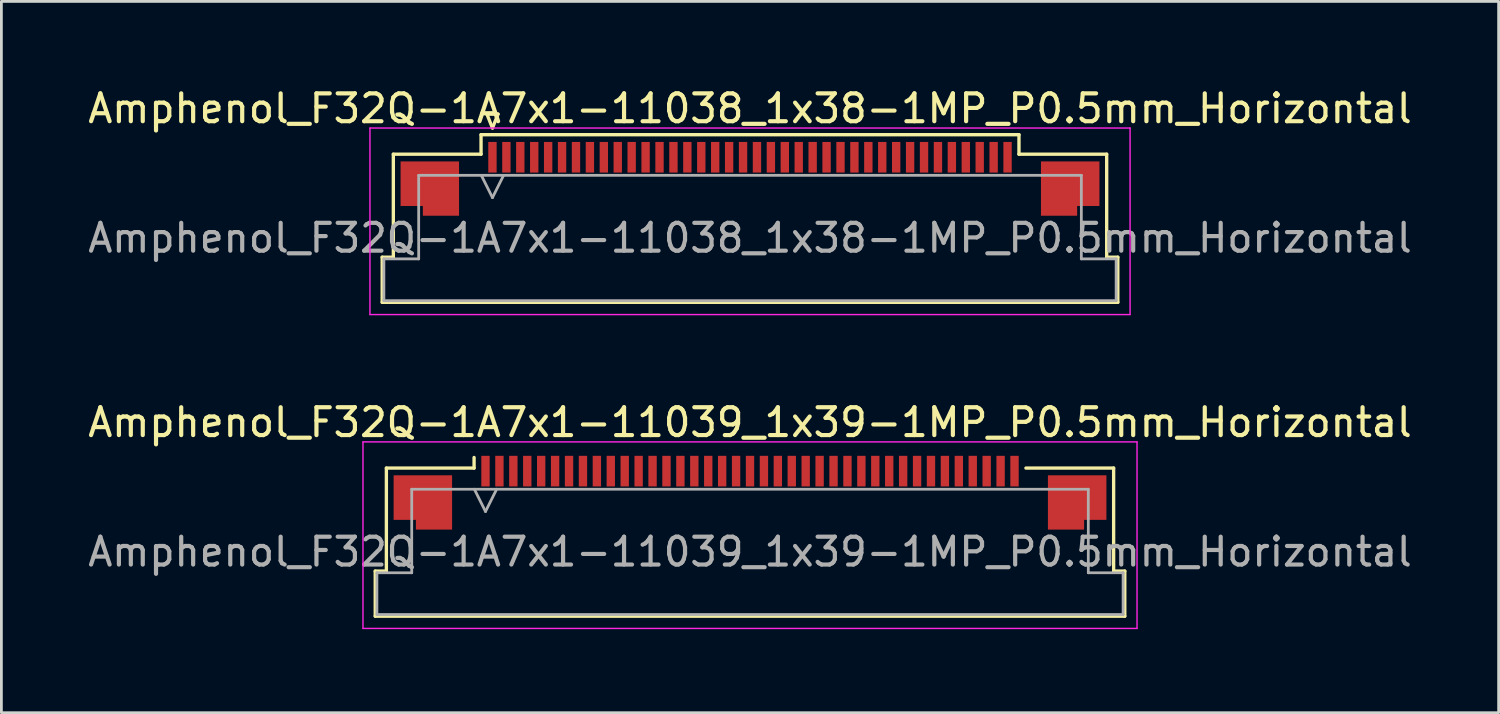
<source format=kicad_pcb>
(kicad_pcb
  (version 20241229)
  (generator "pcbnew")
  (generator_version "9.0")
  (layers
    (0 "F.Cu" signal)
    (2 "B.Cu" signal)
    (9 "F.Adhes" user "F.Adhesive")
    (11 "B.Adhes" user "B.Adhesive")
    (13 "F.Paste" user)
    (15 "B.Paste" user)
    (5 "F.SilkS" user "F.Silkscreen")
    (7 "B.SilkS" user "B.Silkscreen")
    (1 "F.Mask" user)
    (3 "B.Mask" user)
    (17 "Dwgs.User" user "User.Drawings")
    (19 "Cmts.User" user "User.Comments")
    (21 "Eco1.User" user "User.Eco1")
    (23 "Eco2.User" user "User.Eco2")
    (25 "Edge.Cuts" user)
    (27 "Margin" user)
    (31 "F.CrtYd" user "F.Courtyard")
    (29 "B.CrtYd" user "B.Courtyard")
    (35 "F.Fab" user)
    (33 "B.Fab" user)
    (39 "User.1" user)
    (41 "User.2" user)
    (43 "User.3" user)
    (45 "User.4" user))
  (footprint "Amphenol_F32Q-1A7x1-11039_1x39-1MP_P0.5mm_Horizontal"
    (layer "F.Cu")
    (at 23.887 16.771)
    (property "Reference" "Amphenol_F32Q-1A7x1-11039_1x39-1MP_P0.5mm_Horizontal" (at 0 -4.65 0) (layer "F.SilkS") (effects (font (size 1 1) (thickness 0.15))))
    (attr smd)
    (fp_line (start -13.46 0.69) (end -13.06 0.69) (stroke (width 0.12) (type solid)) (layer "F.SilkS"))
    (fp_line (start -13.46 2.31) (end -13.46 0.69) (stroke (width 0.12) (type solid)) (layer "F.SilkS"))
    (fp_line (start -13.06 -3.01) (end -9.91 -3.01) (stroke (width 0.12) (type solid)) (layer "F.SilkS"))
    (fp_line (start -13.06 0.69) (end -13.06 -3.01) (stroke (width 0.12) (type solid)) (layer "F.SilkS"))
    (fp_line (start -9.91 -3.01) (end -9.91 -3.39) (stroke (width 0.12) (type solid)) (layer "F.SilkS"))
    (fp_line (start 9.91 -3.01) (end 13.06 -3.01) (stroke (width 0.12) (type solid)) (layer "F.SilkS"))
    (fp_line (start 13.06 -3.01) (end 13.06 0.69) (stroke (width 0.12) (type solid)) (layer "F.SilkS"))
    (fp_line (start 13.06 0.69) (end 13.46 0.69) (stroke (width 0.12) (type solid)) (layer "F.SilkS"))
    (fp_line (start 13.46 0.69) (end 13.46 2.31) (stroke (width 0.12) (type solid)) (layer "F.SilkS"))
    (fp_line (start 13.46 2.31) (end -13.46 2.31) (stroke (width 0.12) (type solid)) (layer "F.SilkS"))
    (fp_line (start -13.9 -3.95) (end -13.9 2.75) (stroke (width 0.05) (type solid)) (layer "F.CrtYd"))
    (fp_line (start -13.9 2.75) (end 13.9 2.75) (stroke (width 0.05) (type solid)) (layer "F.CrtYd"))
    (fp_line (start 13.9 -3.95) (end -13.9 -3.95) (stroke (width 0.05) (type solid)) (layer "F.CrtYd"))
    (fp_line (start 13.9 2.75) (end 13.9 -3.95) (stroke (width 0.05) (type solid)) (layer "F.CrtYd"))
    (fp_line (start -13.4 0.75) (end -12.15 0.75) (stroke (width 0.1) (type solid)) (layer "F.Fab"))
    (fp_line (start -13.4 2.25) (end -13.4 0.75) (stroke (width 0.1) (type solid)) (layer "F.Fab"))
    (fp_line (start -12.15 -2.25) (end 12.15 -2.25) (stroke (width 0.1) (type solid)) (layer "F.Fab"))
    (fp_line (start -12.15 0.75) (end -12.15 -2.25) (stroke (width 0.1) (type solid)) (layer "F.Fab"))
    (fp_line (start -9.9 -2.25) (end -9.5 -1.45) (stroke (width 0.1) (type solid)) (layer "F.Fab"))
    (fp_line (start -9.5 -1.45) (end -9.1 -2.25) (stroke (width 0.1) (type solid)) (layer "F.Fab"))
    (fp_line (start 12.15 -2.25) (end 12.15 0.75) (stroke (width 0.1) (type solid)) (layer "F.Fab"))
    (fp_line (start 12.15 0.75) (end 13.4 0.75) (stroke (width 0.1) (type solid)) (layer "F.Fab"))
    (fp_line (start 13.4 0.75) (end 13.4 2.25) (stroke (width 0.1) (type solid)) (layer "F.Fab"))
    (fp_line (start 13.4 2.25) (end -13.4 2.25) (stroke (width 0.1) (type solid)) (layer "F.Fab"))
    (fp_text user "${REFERENCE}" (at 0 0 0) (layer "F.Fab") (effects (font (size 1 1) (thickness 0.15))))
    (pad "1" smd rect (at -9.5 -2.9) (size 0.3 1.1) (layers "F.Cu" "F.Mask" "F.Paste"))
    (pad "2" smd rect (at -9 -2.9) (size 0.3 1.1) (layers "F.Cu" "F.Mask" "F.Paste"))
    (pad "3" smd rect (at -8.5 -2.9) (size 0.3 1.1) (layers "F.Cu" "F.Mask" "F.Paste"))
    (pad "4" smd rect (at -8 -2.9) (size 0.3 1.1) (layers "F.Cu" "F.Mask" "F.Paste"))
    (pad "5" smd rect (at -7.5 -2.9) (size 0.3 1.1) (layers "F.Cu" "F.Mask" "F.Paste"))
    (pad "6" smd rect (at -7 -2.9) (size 0.3 1.1) (layers "F.Cu" "F.Mask" "F.Paste"))
    (pad "7" smd rect (at -6.5 -2.9) (size 0.3 1.1) (layers "F.Cu" "F.Mask" "F.Paste"))
    (pad "8" smd rect (at -6 -2.9) (size 0.3 1.1) (layers "F.Cu" "F.Mask" "F.Paste"))
    (pad "9" smd rect (at -5.5 -2.9) (size 0.3 1.1) (layers "F.Cu" "F.Mask" "F.Paste"))
    (pad "10" smd rect (at -5 -2.9) (size 0.3 1.1) (layers "F.Cu" "F.Mask" "F.Paste"))
    (pad "11" smd rect (at -4.5 -2.9) (size 0.3 1.1) (layers "F.Cu" "F.Mask" "F.Paste"))
    (pad "12" smd rect (at -4 -2.9) (size 0.3 1.1) (layers "F.Cu" "F.Mask" "F.Paste"))
    (pad "13" smd rect (at -3.5 -2.9) (size 0.3 1.1) (layers "F.Cu" "F.Mask" "F.Paste"))
    (pad "14" smd rect (at -3 -2.9) (size 0.3 1.1) (layers "F.Cu" "F.Mask" "F.Paste"))
    (pad "15" smd rect (at -2.5 -2.9) (size 0.3 1.1) (layers "F.Cu" "F.Mask" "F.Paste"))
    (pad "16" smd rect (at -2 -2.9) (size 0.3 1.1) (layers "F.Cu" "F.Mask" "F.Paste"))
    (pad "17" smd rect (at -1.5 -2.9) (size 0.3 1.1) (layers "F.Cu" "F.Mask" "F.Paste"))
    (pad "18" smd rect (at -1 -2.9) (size 0.3 1.1) (layers "F.Cu" "F.Mask" "F.Paste"))
    (pad "19" smd rect (at -0.5 -2.9) (size 0.3 1.1) (layers "F.Cu" "F.Mask" "F.Paste"))
    (pad "20" smd rect (at 0 -2.9) (size 0.3 1.1) (layers "F.Cu" "F.Mask" "F.Paste"))
    (pad "21" smd rect (at 0.5 -2.9) (size 0.3 1.1) (layers "F.Cu" "F.Mask" "F.Paste"))
    (pad "22" smd rect (at 1 -2.9) (size 0.3 1.1) (layers "F.Cu" "F.Mask" "F.Paste"))
    (pad "23" smd rect (at 1.5 -2.9) (size 0.3 1.1) (layers "F.Cu" "F.Mask" "F.Paste"))
    (pad "24" smd rect (at 2 -2.9) (size 0.3 1.1) (layers "F.Cu" "F.Mask" "F.Paste"))
    (pad "25" smd rect (at 2.5 -2.9) (size 0.3 1.1) (layers "F.Cu" "F.Mask" "F.Paste"))
    (pad "26" smd rect (at 3 -2.9) (size 0.3 1.1) (layers "F.Cu" "F.Mask" "F.Paste"))
    (pad "27" smd rect (at 3.5 -2.9) (size 0.3 1.1) (layers "F.Cu" "F.Mask" "F.Paste"))
    (pad "28" smd rect (at 4 -2.9) (size 0.3 1.1) (layers "F.Cu" "F.Mask" "F.Paste"))
    (pad "29" smd rect (at 4.5 -2.9) (size 0.3 1.1) (layers "F.Cu" "F.Mask" "F.Paste"))
    (pad "30" smd rect (at 5 -2.9) (size 0.3 1.1) (layers "F.Cu" "F.Mask" "F.Paste"))
    (pad "31" smd rect (at 5.5 -2.9) (size 0.3 1.1) (layers "F.Cu" "F.Mask" "F.Paste"))
    (pad "32" smd rect (at 6 -2.9) (size 0.3 1.1) (layers "F.Cu" "F.Mask" "F.Paste"))
    (pad "33" smd rect (at 6.5 -2.9) (size 0.3 1.1) (layers "F.Cu" "F.Mask" "F.Paste"))
    (pad "34" smd rect (at 7 -2.9) (size 0.3 1.1) (layers "F.Cu" "F.Mask" "F.Paste"))
    (pad "35" smd rect (at 7.5 -2.9) (size 0.3 1.1) (layers "F.Cu" "F.Mask" "F.Paste"))
    (pad "36" smd rect (at 8 -2.9) (size 0.3 1.1) (layers "F.Cu" "F.Mask" "F.Paste"))
    (pad "37" smd rect (at 8.5 -2.9) (size 0.3 1.1) (layers "F.Cu" "F.Mask" "F.Paste"))
    (pad "38" smd rect (at 9 -2.9) (size 0.3 1.1) (layers "F.Cu" "F.Mask" "F.Paste"))
    (pad "39" smd rect (at 9.5 -2.9) (size 0.3 1.1) (layers "F.Cu" "F.Mask" "F.Paste"))
    (pad "MP" smd custom (at -11.75 -1.775) (size 1 1) (layers "F.Cu" "F.Mask" "F.Paste") (options (anchor circle)) (primitives (gr_poly (pts (xy 1.05 -0.975) (xy 1.05 0.975) (xy -0.25 0.975) (xy -0.25 0.625) (xy -1.05 0.625) (xy -1.05 -0.975) (xy 1.05 -0.975)) (width 0) (fill yes))))
    (pad "MP" smd custom (at 11.75 -1.775) (size 1 1) (layers "F.Cu" "F.Mask" "F.Paste") (options (anchor circle)) (primitives (gr_poly (pts (xy -1.05 -0.975) (xy -1.05 0.975) (xy 0.25 0.975) (xy 0.25 0.625) (xy 1.05 0.625) (xy 1.05 -0.975) (xy -1.05 -0.975)) (width 0) (fill yes)))))
  (footprint "Amphenol_F32Q-1A7x1-11038_1x38-1MP_P0.5mm_Horizontal"
    (layer "F.Cu")
    (at 23.887 5.498)
    (property "Reference" "Amphenol_F32Q-1A7x1-11038_1x38-1MP_P0.5mm_Horizontal" (at 0 -4.65 0) (layer "F.SilkS") (effects (font (size 1 1) (thickness 0.15))))
    (attr smd)
    (fp_line (start -13.21 0.69) (end -12.81 0.69) (stroke (width 0.12) (type solid)) (layer "F.SilkS"))
    (fp_line (start -13.21 2.31) (end -13.21 0.69) (stroke (width 0.12) (type solid)) (layer "F.SilkS"))
    (fp_line (start -12.81 -3.01) (end -9.66 -3.01) (stroke (width 0.12) (type solid)) (layer "F.SilkS"))
    (fp_line (start -12.81 0.69) (end -12.81 -3.01) (stroke (width 0.12) (type solid)) (layer "F.SilkS"))
    (fp_line (start -9.66 -3.71) (end 9.66 -3.71) (stroke (width 0.12) (type solid)) (layer "F.SilkS"))
    (fp_line (start -9.66 -3.01) (end -9.66 -3.71) (stroke (width 0.12) (type solid)) (layer "F.SilkS"))
    (fp_line (start -9.45 -4.45) (end -9.25 -3.95) (stroke (width 0.12) (type solid)) (layer "F.SilkS"))
    (fp_line (start -9.25 -3.95) (end -9.05 -4.45) (stroke (width 0.12) (type solid)) (layer "F.SilkS"))
    (fp_line (start -9.05 -4.45) (end -9.45 -4.45) (stroke (width 0.12) (type solid)) (layer "F.SilkS"))
    (fp_line (start 9.66 -3.71) (end 9.66 -3.01) (stroke (width 0.12) (type solid)) (layer "F.SilkS"))
    (fp_line (start 9.66 -3.01) (end 12.81 -3.01) (stroke (width 0.12) (type solid)) (layer "F.SilkS"))
    (fp_line (start 12.81 -3.01) (end 12.81 0.69) (stroke (width 0.12) (type solid)) (layer "F.SilkS"))
    (fp_line (start 12.81 0.69) (end 13.21 0.69) (stroke (width 0.12) (type solid)) (layer "F.SilkS"))
    (fp_line (start 13.21 0.69) (end 13.21 2.31) (stroke (width 0.12) (type solid)) (layer "F.SilkS"))
    (fp_line (start 13.21 2.31) (end -13.21 2.31) (stroke (width 0.12) (type solid)) (layer "F.SilkS"))
    (fp_line (start -13.65 -3.95) (end -13.65 2.75) (stroke (width 0.05) (type solid)) (layer "F.CrtYd"))
    (fp_line (start -13.65 2.75) (end 13.65 2.75) (stroke (width 0.05) (type solid)) (layer "F.CrtYd"))
    (fp_line (start 13.65 -3.95) (end -13.65 -3.95) (stroke (width 0.05) (type solid)) (layer "F.CrtYd"))
    (fp_line (start 13.65 2.75) (end 13.65 -3.95) (stroke (width 0.05) (type solid)) (layer "F.CrtYd"))
    (fp_line (start -13.15 0.75) (end -11.9 0.75) (stroke (width 0.1) (type solid)) (layer "F.Fab"))
    (fp_line (start -13.15 2.25) (end -13.15 0.75) (stroke (width 0.1) (type solid)) (layer "F.Fab"))
    (fp_line (start -11.9 -2.25) (end 11.9 -2.25) (stroke (width 0.1) (type solid)) (layer "F.Fab"))
    (fp_line (start -11.9 0.75) (end -11.9 -2.25) (stroke (width 0.1) (type solid)) (layer "F.Fab"))
    (fp_line (start -9.65 -2.25) (end -9.25 -1.45) (stroke (width 0.1) (type solid)) (layer "F.Fab"))
    (fp_line (start -9.25 -1.45) (end -8.85 -2.25) (stroke (width 0.1) (type solid)) (layer "F.Fab"))
    (fp_line (start 11.9 -2.25) (end 11.9 0.75) (stroke (width 0.1) (type solid)) (layer "F.Fab"))
    (fp_line (start 11.9 0.75) (end 13.15 0.75) (stroke (width 0.1) (type solid)) (layer "F.Fab"))
    (fp_line (start 13.15 0.75) (end 13.15 2.25) (stroke (width 0.1) (type solid)) (layer "F.Fab"))
    (fp_line (start 13.15 2.25) (end -13.15 2.25) (stroke (width 0.1) (type solid)) (layer "F.Fab"))
    (fp_text user "${REFERENCE}" (at 0 0 0) (layer "F.Fab") (effects (font (size 1 1) (thickness 0.15))))
    (pad "1" smd rect (at -9.25 -2.9) (size 0.3 1.1) (layers "F.Cu" "F.Mask" "F.Paste"))
    (pad "2" smd rect (at -8.75 -2.9) (size 0.3 1.1) (layers "F.Cu" "F.Mask" "F.Paste"))
    (pad "3" smd rect (at -8.25 -2.9) (size 0.3 1.1) (layers "F.Cu" "F.Mask" "F.Paste"))
    (pad "4" smd rect (at -7.75 -2.9) (size 0.3 1.1) (layers "F.Cu" "F.Mask" "F.Paste"))
    (pad "5" smd rect (at -7.25 -2.9) (size 0.3 1.1) (layers "F.Cu" "F.Mask" "F.Paste"))
    (pad "6" smd rect (at -6.75 -2.9) (size 0.3 1.1) (layers "F.Cu" "F.Mask" "F.Paste"))
    (pad "7" smd rect (at -6.25 -2.9) (size 0.3 1.1) (layers "F.Cu" "F.Mask" "F.Paste"))
    (pad "8" smd rect (at -5.75 -2.9) (size 0.3 1.1) (layers "F.Cu" "F.Mask" "F.Paste"))
    (pad "9" smd rect (at -5.25 -2.9) (size 0.3 1.1) (layers "F.Cu" "F.Mask" "F.Paste"))
    (pad "10" smd rect (at -4.75 -2.9) (size 0.3 1.1) (layers "F.Cu" "F.Mask" "F.Paste"))
    (pad "11" smd rect (at -4.25 -2.9) (size 0.3 1.1) (layers "F.Cu" "F.Mask" "F.Paste"))
    (pad "12" smd rect (at -3.75 -2.9) (size 0.3 1.1) (layers "F.Cu" "F.Mask" "F.Paste"))
    (pad "13" smd rect (at -3.25 -2.9) (size 0.3 1.1) (layers "F.Cu" "F.Mask" "F.Paste"))
    (pad "14" smd rect (at -2.75 -2.9) (size 0.3 1.1) (layers "F.Cu" "F.Mask" "F.Paste"))
    (pad "15" smd rect (at -2.25 -2.9) (size 0.3 1.1) (layers "F.Cu" "F.Mask" "F.Paste"))
    (pad "16" smd rect (at -1.75 -2.9) (size 0.3 1.1) (layers "F.Cu" "F.Mask" "F.Paste"))
    (pad "17" smd rect (at -1.25 -2.9) (size 0.3 1.1) (layers "F.Cu" "F.Mask" "F.Paste"))
    (pad "18" smd rect (at -0.75 -2.9) (size 0.3 1.1) (layers "F.Cu" "F.Mask" "F.Paste"))
    (pad "19" smd rect (at -0.25 -2.9) (size 0.3 1.1) (layers "F.Cu" "F.Mask" "F.Paste"))
    (pad "20" smd rect (at 0.25 -2.9) (size 0.3 1.1) (layers "F.Cu" "F.Mask" "F.Paste"))
    (pad "21" smd rect (at 0.75 -2.9) (size 0.3 1.1) (layers "F.Cu" "F.Mask" "F.Paste"))
    (pad "22" smd rect (at 1.25 -2.9) (size 0.3 1.1) (layers "F.Cu" "F.Mask" "F.Paste"))
    (pad "23" smd rect (at 1.75 -2.9) (size 0.3 1.1) (layers "F.Cu" "F.Mask" "F.Paste"))
    (pad "24" smd rect (at 2.25 -2.9) (size 0.3 1.1) (layers "F.Cu" "F.Mask" "F.Paste"))
    (pad "25" smd rect (at 2.75 -2.9) (size 0.3 1.1) (layers "F.Cu" "F.Mask" "F.Paste"))
    (pad "26" smd rect (at 3.25 -2.9) (size 0.3 1.1) (layers "F.Cu" "F.Mask" "F.Paste"))
    (pad "27" smd rect (at 3.75 -2.9) (size 0.3 1.1) (layers "F.Cu" "F.Mask" "F.Paste"))
    (pad "28" smd rect (at 4.25 -2.9) (size 0.3 1.1) (layers "F.Cu" "F.Mask" "F.Paste"))
    (pad "29" smd rect (at 4.75 -2.9) (size 0.3 1.1) (layers "F.Cu" "F.Mask" "F.Paste"))
    (pad "30" smd rect (at 5.25 -2.9) (size 0.3 1.1) (layers "F.Cu" "F.Mask" "F.Paste"))
    (pad "31" smd rect (at 5.75 -2.9) (size 0.3 1.1) (layers "F.Cu" "F.Mask" "F.Paste"))
    (pad "32" smd rect (at 6.25 -2.9) (size 0.3 1.1) (layers "F.Cu" "F.Mask" "F.Paste"))
    (pad "33" smd rect (at 6.75 -2.9) (size 0.3 1.1) (layers "F.Cu" "F.Mask" "F.Paste"))
    (pad "34" smd rect (at 7.25 -2.9) (size 0.3 1.1) (layers "F.Cu" "F.Mask" "F.Paste"))
    (pad "35" smd rect (at 7.75 -2.9) (size 0.3 1.1) (layers "F.Cu" "F.Mask" "F.Paste"))
    (pad "36" smd rect (at 8.25 -2.9) (size 0.3 1.1) (layers "F.Cu" "F.Mask" "F.Paste"))
    (pad "37" smd rect (at 8.75 -2.9) (size 0.3 1.1) (layers "F.Cu" "F.Mask" "F.Paste"))
    (pad "38" smd rect (at 9.25 -2.9) (size 0.3 1.1) (layers "F.Cu" "F.Mask" "F.Paste"))
    (pad "MP" smd custom (at -11.5 -1.775) (size 1 1) (layers "F.Cu" "F.Mask" "F.Paste") (options (anchor circle)) (primitives (gr_poly (pts (xy 1.05 -0.975) (xy 1.05 0.975) (xy -0.25 0.975) (xy -0.25 0.625) (xy -1.05 0.625) (xy -1.05 -0.975) (xy 1.05 -0.975)) (width 0) (fill yes))))
    (pad "MP" smd custom (at 11.5 -1.775) (size 1 1) (layers "F.Cu" "F.Mask" "F.Paste") (options (anchor circle)) (primitives (gr_poly (pts (xy -1.05 -0.975) (xy -1.05 0.975) (xy 0.25 0.975) (xy 0.25 0.625) (xy 1.05 0.625) (xy 1.05 -0.975) (xy -1.05 -0.975)) (width 0) (fill yes)))))
  (gr_rect
    (start -3 -3)
    (end 50.774 22.547)
    (stroke (width 0.1) (type default))
    (fill no)
    (layer "Edge.Cuts")))
</source>
